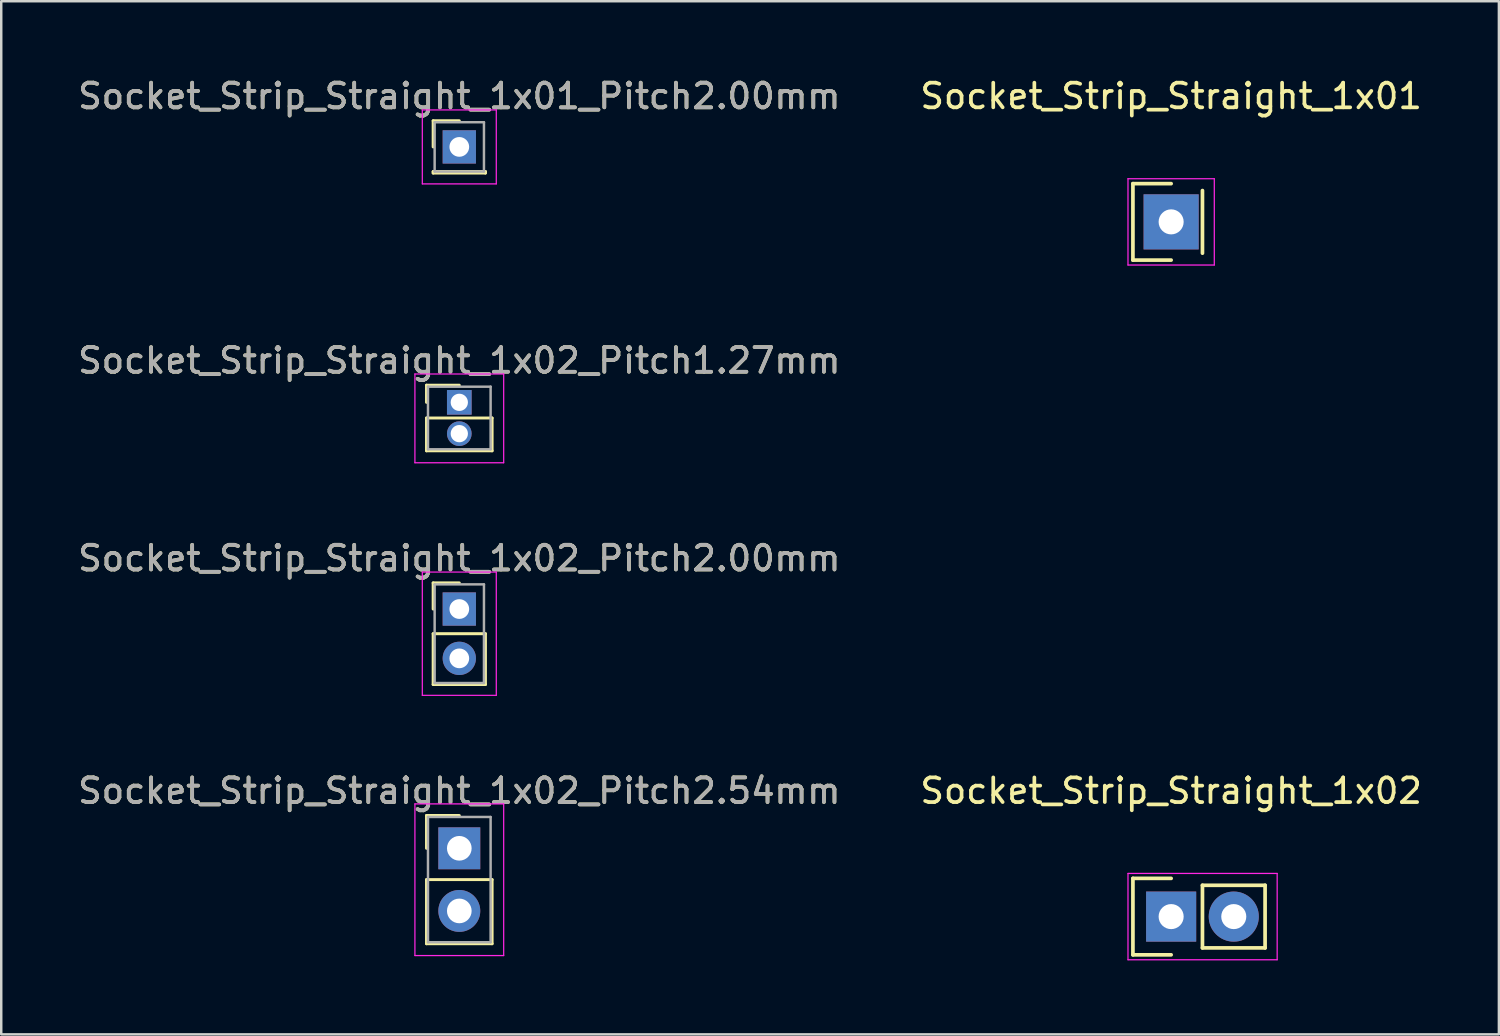
<source format=kicad_pcb>
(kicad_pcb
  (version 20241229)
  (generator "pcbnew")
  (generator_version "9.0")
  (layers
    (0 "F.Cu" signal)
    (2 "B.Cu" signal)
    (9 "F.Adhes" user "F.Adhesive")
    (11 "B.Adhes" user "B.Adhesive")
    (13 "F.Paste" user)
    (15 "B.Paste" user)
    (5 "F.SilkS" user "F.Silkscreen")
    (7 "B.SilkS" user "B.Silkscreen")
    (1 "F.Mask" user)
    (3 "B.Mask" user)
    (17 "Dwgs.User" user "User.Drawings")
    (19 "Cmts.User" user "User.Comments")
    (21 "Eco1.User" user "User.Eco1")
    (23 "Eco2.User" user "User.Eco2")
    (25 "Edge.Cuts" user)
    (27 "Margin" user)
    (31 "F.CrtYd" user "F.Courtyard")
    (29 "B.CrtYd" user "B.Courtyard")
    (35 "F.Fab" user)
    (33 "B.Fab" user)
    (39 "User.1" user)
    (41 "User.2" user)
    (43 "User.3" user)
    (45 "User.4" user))
  (footprint "Socket_Strip_Straight_1x01_Pitch2.00mm"
    (layer "F.Cu")
    (at 15.577 2.908)
    (property "Reference" "Socket_Strip_Straight_1x01_Pitch2.00mm" (at 0 -2.06 0) (layer "F.SilkS") (effects (font (size 1 1) (thickness 0.15))))
    (attr through_hole)
    (fp_line (start -1.06 -1.06) (end 0 -1.06) (stroke (width 0.12) (type solid)) (layer "F.SilkS"))
    (fp_line (start -1.06 0) (end -1.06 -1.06) (stroke (width 0.12) (type solid)) (layer "F.SilkS"))
    (fp_line (start -1.06 1) (end -1.06 1.06) (stroke (width 0.12) (type solid)) (layer "F.SilkS"))
    (fp_line (start -1.06 1.06) (end 1.06 1.06) (stroke (width 0.12) (type solid)) (layer "F.SilkS"))
    (fp_line (start 1.06 1) (end -1.06 1) (stroke (width 0.12) (type solid)) (layer "F.SilkS"))
    (fp_line (start 1.06 1.06) (end 1.06 1) (stroke (width 0.12) (type solid)) (layer "F.SilkS"))
    (fp_line (start -1.5 -1.5) (end -1.5 1.5) (stroke (width 0.05) (type solid)) (layer "F.CrtYd"))
    (fp_line (start -1.5 1.5) (end 1.5 1.5) (stroke (width 0.05) (type solid)) (layer "F.CrtYd"))
    (fp_line (start 1.5 -1.5) (end -1.5 -1.5) (stroke (width 0.05) (type solid)) (layer "F.CrtYd"))
    (fp_line (start 1.5 1.5) (end 1.5 -1.5) (stroke (width 0.05) (type solid)) (layer "F.CrtYd"))
    (fp_line (start -1 -1) (end -1 1) (stroke (width 0.1) (type solid)) (layer "F.Fab"))
    (fp_line (start -1 1) (end 1 1) (stroke (width 0.1) (type solid)) (layer "F.Fab"))
    (fp_line (start 1 -1) (end -1 -1) (stroke (width 0.1) (type solid)) (layer "F.Fab"))
    (fp_line (start 1 1) (end 1 -1) (stroke (width 0.1) (type solid)) (layer "F.Fab"))
    (fp_text user "${REFERENCE}" (at 0 -2.06 0) (layer "F.Fab") (effects (font (size 1 1) (thickness 0.15))))
    (pad "1" thru_hole rect (at 0 0) (size 1.35 1.35) (drill 0.8) (layers "*.Cu" "*.Mask")))
  (footprint "Socket_Strip_Straight_1x02"
    (layer "F.Cu")
    (at 44.446 34.123)
    (property "Reference" "Socket_Strip_Straight_1x02" (at 0 -5.1 0) (layer "F.SilkS") (effects (font (size 1 1) (thickness 0.15))))
    (attr through_hole)
    (fp_line (start -1.55 -1.55) (end -1.55 1.55) (stroke (width 0.15) (type solid)) (layer "F.SilkS"))
    (fp_line (start -1.55 1.55) (end 0 1.55) (stroke (width 0.15) (type solid)) (layer "F.SilkS"))
    (fp_line (start 0 -1.55) (end -1.55 -1.55) (stroke (width 0.15) (type solid)) (layer "F.SilkS"))
    (fp_line (start 1.27 -1.27) (end 3.81 -1.27) (stroke (width 0.15) (type solid)) (layer "F.SilkS"))
    (fp_line (start 1.27 1.27) (end 1.27 -1.27) (stroke (width 0.15) (type solid)) (layer "F.SilkS"))
    (fp_line (start 3.81 -1.27) (end 3.81 1.27) (stroke (width 0.15) (type solid)) (layer "F.SilkS"))
    (fp_line (start 3.81 1.27) (end 1.27 1.27) (stroke (width 0.15) (type solid)) (layer "F.SilkS"))
    (fp_line (start -1.75 -1.75) (end -1.75 1.75) (stroke (width 0.05) (type solid)) (layer "F.CrtYd"))
    (fp_line (start -1.75 -1.75) (end 4.3 -1.75) (stroke (width 0.05) (type solid)) (layer "F.CrtYd"))
    (fp_line (start -1.75 1.75) (end 4.3 1.75) (stroke (width 0.05) (type solid)) (layer "F.CrtYd"))
    (fp_line (start 4.3 -1.75) (end 4.3 1.75) (stroke (width 0.05) (type solid)) (layer "F.CrtYd"))
    (pad "1" thru_hole rect (at 0 0) (size 2.032 2.032) (drill 1.016) (layers "*.Cu" "*.Mask"))
    (pad "2" thru_hole oval (at 2.54 0) (size 2.032 2.032) (drill 1.016) (layers "*.Cu" "*.Mask")))
  (footprint "Socket_Strip_Straight_1x02_Pitch1.27mm"
    (layer "F.Cu")
    (at 15.577 13.267)
    (property "Reference" "Socket_Strip_Straight_1x02_Pitch1.27mm" (at 0 -1.695 0) (layer "F.SilkS") (effects (font (size 1 1) (thickness 0.15))))
    (attr through_hole)
    (fp_line (start -1.33 -0.695) (end 0 -0.695) (stroke (width 0.12) (type solid)) (layer "F.SilkS"))
    (fp_line (start -1.33 0) (end -1.33 -0.695) (stroke (width 0.12) (type solid)) (layer "F.SilkS"))
    (fp_line (start -1.33 0.635) (end -1.33 1.965) (stroke (width 0.12) (type solid)) (layer "F.SilkS"))
    (fp_line (start -1.33 1.965) (end 1.33 1.965) (stroke (width 0.12) (type solid)) (layer "F.SilkS"))
    (fp_line (start 1.33 0.635) (end -1.33 0.635) (stroke (width 0.12) (type solid)) (layer "F.SilkS"))
    (fp_line (start 1.33 1.965) (end 1.33 0.635) (stroke (width 0.12) (type solid)) (layer "F.SilkS"))
    (fp_line (start -1.8 -1.15) (end -1.8 2.45) (stroke (width 0.05) (type solid)) (layer "F.CrtYd"))
    (fp_line (start -1.8 2.45) (end 1.8 2.45) (stroke (width 0.05) (type solid)) (layer "F.CrtYd"))
    (fp_line (start 1.8 -1.15) (end -1.8 -1.15) (stroke (width 0.05) (type solid)) (layer "F.CrtYd"))
    (fp_line (start 1.8 2.45) (end 1.8 -1.15) (stroke (width 0.05) (type solid)) (layer "F.CrtYd"))
    (fp_line (start -1.27 -0.635) (end -1.27 1.905) (stroke (width 0.1) (type solid)) (layer "F.Fab"))
    (fp_line (start -1.27 1.905) (end 1.27 1.905) (stroke (width 0.1) (type solid)) (layer "F.Fab"))
    (fp_line (start 1.27 -0.635) (end -1.27 -0.635) (stroke (width 0.1) (type solid)) (layer "F.Fab"))
    (fp_line (start 1.27 1.905) (end 1.27 -0.635) (stroke (width 0.1) (type solid)) (layer "F.Fab"))
    (fp_text user "${REFERENCE}" (at 0 -1.695 0) (layer "F.Fab") (effects (font (size 1 1) (thickness 0.15))))
    (pad "1" thru_hole rect (at 0 0) (size 1 1) (drill 0.7) (layers "*.Cu" "*.Mask"))
    (pad "2" thru_hole oval (at 0 1.27) (size 1 1) (drill 0.7) (layers "*.Cu" "*.Mask")))
  (footprint "Socket_Strip_Straight_1x02_Pitch2.54mm"
    (layer "F.Cu")
    (at 15.577 31.353)
    (property "Reference" "Socket_Strip_Straight_1x02_Pitch2.54mm" (at 0 -2.33 0) (layer "F.SilkS") (effects (font (size 1 1) (thickness 0.15))))
    (attr through_hole)
    (fp_line (start -1.33 -1.33) (end 0 -1.33) (stroke (width 0.12) (type solid)) (layer "F.SilkS"))
    (fp_line (start -1.33 0) (end -1.33 -1.33) (stroke (width 0.12) (type solid)) (layer "F.SilkS"))
    (fp_line (start -1.33 1.27) (end -1.33 3.87) (stroke (width 0.12) (type solid)) (layer "F.SilkS"))
    (fp_line (start -1.33 3.87) (end 1.33 3.87) (stroke (width 0.12) (type solid)) (layer "F.SilkS"))
    (fp_line (start 1.33 1.27) (end -1.33 1.27) (stroke (width 0.12) (type solid)) (layer "F.SilkS"))
    (fp_line (start 1.33 3.87) (end 1.33 1.27) (stroke (width 0.12) (type solid)) (layer "F.SilkS"))
    (fp_line (start -1.8 -1.8) (end -1.8 4.35) (stroke (width 0.05) (type solid)) (layer "F.CrtYd"))
    (fp_line (start -1.8 4.35) (end 1.8 4.35) (stroke (width 0.05) (type solid)) (layer "F.CrtYd"))
    (fp_line (start 1.8 -1.8) (end -1.8 -1.8) (stroke (width 0.05) (type solid)) (layer "F.CrtYd"))
    (fp_line (start 1.8 4.35) (end 1.8 -1.8) (stroke (width 0.05) (type solid)) (layer "F.CrtYd"))
    (fp_line (start -1.27 -1.27) (end -1.27 3.81) (stroke (width 0.1) (type solid)) (layer "F.Fab"))
    (fp_line (start -1.27 3.81) (end 1.27 3.81) (stroke (width 0.1) (type solid)) (layer "F.Fab"))
    (fp_line (start 1.27 -1.27) (end -1.27 -1.27) (stroke (width 0.1) (type solid)) (layer "F.Fab"))
    (fp_line (start 1.27 3.81) (end 1.27 -1.27) (stroke (width 0.1) (type solid)) (layer "F.Fab"))
    (fp_text user "${REFERENCE}" (at 0 -2.33 0) (layer "F.Fab") (effects (font (size 1 1) (thickness 0.15))))
    (pad "1" thru_hole rect (at 0 0) (size 1.7 1.7) (drill 1) (layers "*.Cu" "*.Mask"))
    (pad "2" thru_hole oval (at 0 2.54) (size 1.7 1.7) (drill 1) (layers "*.Cu" "*.Mask")))
  (footprint "Socket_Strip_Straight_1x01"
    (layer "F.Cu")
    (at 44.446 5.948)
    (property "Reference" "Socket_Strip_Straight_1x01" (at 0 -5.1 0) (layer "F.SilkS") (effects (font (size 1 1) (thickness 0.15))))
    (attr through_hole)
    (fp_line (start -1.55 -1.55) (end -1.55 1.55) (stroke (width 0.15) (type solid)) (layer "F.SilkS"))
    (fp_line (start -1.55 -1.55) (end 0 -1.55) (stroke (width 0.15) (type solid)) (layer "F.SilkS"))
    (fp_line (start -1.55 1.55) (end 0 1.55) (stroke (width 0.15) (type solid)) (layer "F.SilkS"))
    (fp_line (start 1.27 1.27) (end 1.27 -1.27) (stroke (width 0.15) (type solid)) (layer "F.SilkS"))
    (fp_line (start -1.75 -1.75) (end -1.75 1.75) (stroke (width 0.05) (type solid)) (layer "F.CrtYd"))
    (fp_line (start -1.75 -1.75) (end 1.75 -1.75) (stroke (width 0.05) (type solid)) (layer "F.CrtYd"))
    (fp_line (start -1.75 1.75) (end 1.75 1.75) (stroke (width 0.05) (type solid)) (layer "F.CrtYd"))
    (fp_line (start 1.75 -1.75) (end 1.75 1.75) (stroke (width 0.05) (type solid)) (layer "F.CrtYd"))
    (pad "1" thru_hole rect (at 0 0) (size 2.235 2.235) (drill 1.016) (layers "*.Cu" "*.Mask")))
  (footprint "Socket_Strip_Straight_1x02_Pitch2.00mm"
    (layer "F.Cu")
    (at 15.577 21.65)
    (property "Reference" "Socket_Strip_Straight_1x02_Pitch2.00mm" (at 0 -2.06 0) (layer "F.SilkS") (effects (font (size 1 1) (thickness 0.15))))
    (attr through_hole)
    (fp_line (start -1.06 -1.06) (end 0 -1.06) (stroke (width 0.12) (type solid)) (layer "F.SilkS"))
    (fp_line (start -1.06 0) (end -1.06 -1.06) (stroke (width 0.12) (type solid)) (layer "F.SilkS"))
    (fp_line (start -1.06 1) (end -1.06 3.06) (stroke (width 0.12) (type solid)) (layer "F.SilkS"))
    (fp_line (start -1.06 3.06) (end 1.06 3.06) (stroke (width 0.12) (type solid)) (layer "F.SilkS"))
    (fp_line (start 1.06 1) (end -1.06 1) (stroke (width 0.12) (type solid)) (layer "F.SilkS"))
    (fp_line (start 1.06 3.06) (end 1.06 1) (stroke (width 0.12) (type solid)) (layer "F.SilkS"))
    (fp_line (start -1.5 -1.5) (end -1.5 3.5) (stroke (width 0.05) (type solid)) (layer "F.CrtYd"))
    (fp_line (start -1.5 3.5) (end 1.5 3.5) (stroke (width 0.05) (type solid)) (layer "F.CrtYd"))
    (fp_line (start 1.5 -1.5) (end -1.5 -1.5) (stroke (width 0.05) (type solid)) (layer "F.CrtYd"))
    (fp_line (start 1.5 3.5) (end 1.5 -1.5) (stroke (width 0.05) (type solid)) (layer "F.CrtYd"))
    (fp_line (start -1 -1) (end -1 3) (stroke (width 0.1) (type solid)) (layer "F.Fab"))
    (fp_line (start -1 3) (end 1 3) (stroke (width 0.1) (type solid)) (layer "F.Fab"))
    (fp_line (start 1 -1) (end -1 -1) (stroke (width 0.1) (type solid)) (layer "F.Fab"))
    (fp_line (start 1 3) (end 1 -1) (stroke (width 0.1) (type solid)) (layer "F.Fab"))
    (fp_text user "${REFERENCE}" (at 0 -2.06 0) (layer "F.Fab") (effects (font (size 1 1) (thickness 0.15))))
    (pad "1" thru_hole rect (at 0 0) (size 1.35 1.35) (drill 0.8) (layers "*.Cu" "*.Mask"))
    (pad "2" thru_hole oval (at 0 2) (size 1.35 1.35) (drill 0.8) (layers "*.Cu" "*.Mask")))
  (gr_rect
    (start -3 -3)
    (end 57.738 38.898)
    (stroke (width 0.1) (type default))
    (fill no)
    (layer "Edge.Cuts")))
</source>
